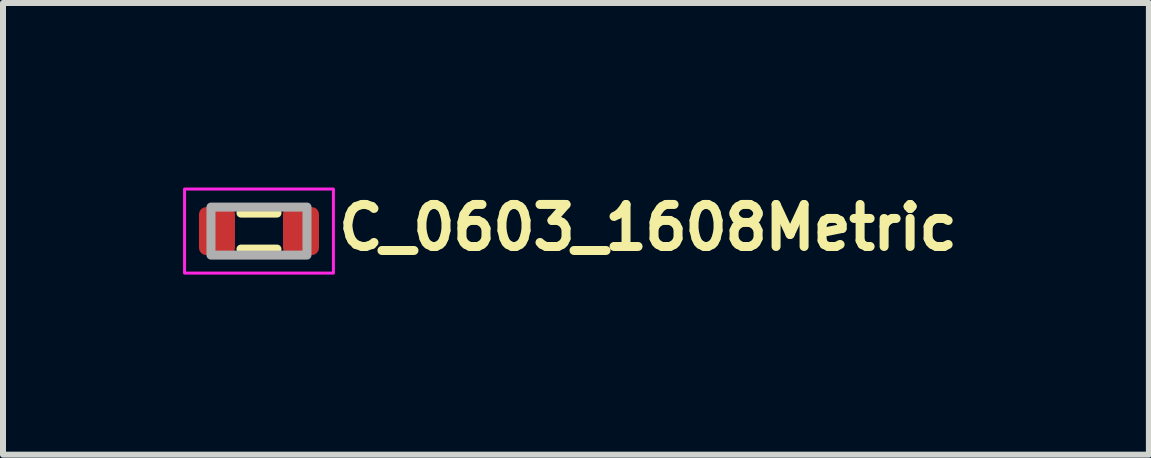
<source format=kicad_pcb>
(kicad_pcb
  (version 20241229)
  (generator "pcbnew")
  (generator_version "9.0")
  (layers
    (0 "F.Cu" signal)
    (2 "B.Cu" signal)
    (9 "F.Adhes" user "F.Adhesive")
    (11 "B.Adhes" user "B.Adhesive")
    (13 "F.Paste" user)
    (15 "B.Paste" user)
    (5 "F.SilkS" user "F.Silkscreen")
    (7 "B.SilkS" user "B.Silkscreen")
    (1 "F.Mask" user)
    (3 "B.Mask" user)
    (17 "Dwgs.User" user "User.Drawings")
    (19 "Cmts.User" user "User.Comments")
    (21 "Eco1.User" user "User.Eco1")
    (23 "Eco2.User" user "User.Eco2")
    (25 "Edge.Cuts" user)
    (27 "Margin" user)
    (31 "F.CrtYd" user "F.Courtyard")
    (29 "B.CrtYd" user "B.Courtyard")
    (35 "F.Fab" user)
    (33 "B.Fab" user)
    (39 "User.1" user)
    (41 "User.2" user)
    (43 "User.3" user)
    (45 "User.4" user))
  (footprint "C_0603_1608Metric"
    (layer "F.Cu")
    (at 1.265 0.8)
    (property "Reference" "C_0603_1608Metric" (at 1.25 0.35 180) (layer "F.SilkS") (effects (font (size 0.7 0.7) (thickness 0.15)) (justify left bottom)))
    (attr smd)
    (fp_line (start 0.3 -0.3) (end -0.3 -0.3) (stroke (width 0.15) (type solid)) (layer "F.SilkS"))
    (fp_line (start 0.3 0.3) (end -0.3 0.3) (stroke (width 0.15) (type solid)) (layer "F.SilkS"))
    (fp_rect (start 1.24 0.7) (end -1.24 -0.7) (stroke (width 0.05) (type solid)) (fill no) (layer "F.CrtYd"))
    (fp_rect (start 0.8 0.4) (end -0.8 -0.4) (stroke (width 0.15) (type solid)) (fill no) (layer "F.Fab"))
    (fp_rect (start 0.8 0.45) (end -0.8 -0.45) (stroke (width 0.1) (type solid)) (fill no) (layer "User.5"))
    (fp_line (start -0.801 -0.434) (end -0.801 -0.434) (stroke (width 0.02) (type solid)) (layer "User.9"))
    (fp_line (start -0.801 -0.434) (end -0.8 -0.435) (stroke (width 0.02) (type solid)) (layer "User.9"))
    (fp_line (start -0.801 0.432) (end -0.801 -0.434) (stroke (width 0.02) (type solid)) (layer "User.9"))
    (fp_line (start -0.801 0.432) (end -0.801 0.432) (stroke (width 0.02) (type solid)) (layer "User.9"))
    (fp_line (start -0.801 0.432) (end -0.8 0.432) (stroke (width 0.02) (type solid)) (layer "User.9"))
    (fp_line (start -0.8 -0.44) (end -0.799 -0.441) (stroke (width 0.02) (type solid)) (layer "User.9"))
    (fp_line (start -0.8 -0.439) (end -0.8 -0.44) (stroke (width 0.02) (type solid)) (layer "User.9"))
    (fp_line (start -0.8 -0.438) (end -0.8 -0.439) (stroke (width 0.02) (type solid)) (layer "User.9"))
    (fp_line (start -0.8 -0.438) (end -0.8 -0.438) (stroke (width 0.02) (type solid)) (layer "User.9"))
    (fp_line (start -0.8 -0.437) (end -0.8 -0.438) (stroke (width 0.02) (type solid)) (layer "User.9"))
    (fp_line (start -0.8 -0.436) (end -0.8 -0.437) (stroke (width 0.02) (type solid)) (layer "User.9"))
    (fp_line (start -0.8 -0.435) (end -0.8 -0.436) (stroke (width 0.02) (type solid)) (layer "User.9"))
    (fp_line (start -0.8 -0.434) (end -0.801 -0.434) (stroke (width 0.02) (type solid)) (layer "User.9"))
    (fp_line (start -0.8 -0.433) (end -0.8 -0.434) (stroke (width 0.02) (type solid)) (layer "User.9"))
    (fp_line (start -0.8 -0.432) (end -0.8 -0.433) (stroke (width 0.02) (type solid)) (layer "User.9"))
    (fp_line (start -0.8 -0.431) (end -0.8 -0.432) (stroke (width 0.02) (type solid)) (layer "User.9"))
    (fp_line (start -0.8 -0.431) (end -0.8 -0.431) (stroke (width 0.02) (type solid)) (layer "User.9"))
    (fp_line (start -0.8 -0.43) (end -0.8 -0.431) (stroke (width 0.02) (type solid)) (layer "User.9"))
    (fp_line (start -0.8 -0.429) (end -0.8 -0.43) (stroke (width 0.02) (type solid)) (layer "User.9"))
    (fp_line (start -0.8 0.427) (end -0.799 0.426) (stroke (width 0.02) (type solid)) (layer "User.9"))
    (fp_line (start -0.8 0.428) (end -0.8 0.427) (stroke (width 0.02) (type solid)) (layer "User.9"))
    (fp_line (start -0.8 0.429) (end -0.8 0.428) (stroke (width 0.02) (type solid)) (layer "User.9"))
    (fp_line (start -0.8 0.429) (end -0.8 0.429) (stroke (width 0.02) (type solid)) (layer "User.9"))
    (fp_line (start -0.8 0.43) (end -0.8 0.429) (stroke (width 0.02) (type solid)) (layer "User.9"))
    (fp_line (start -0.8 0.431) (end -0.8 0.43) (stroke (width 0.02) (type solid)) (layer "User.9"))
    (fp_line (start -0.8 0.432) (end -0.8 0.431) (stroke (width 0.02) (type solid)) (layer "User.9"))
    (fp_line (start -0.8 0.433) (end -0.801 0.432) (stroke (width 0.02) (type solid)) (layer "User.9"))
    (fp_line (start -0.8 0.434) (end -0.8 0.433) (stroke (width 0.02) (type solid)) (layer "User.9"))
    (fp_line (start -0.8 0.435) (end -0.8 0.434) (stroke (width 0.02) (type solid)) (layer "User.9"))
    (fp_line (start -0.8 0.436) (end -0.8 0.435) (stroke (width 0.02) (type solid)) (layer "User.9"))
    (fp_line (start -0.8 0.436) (end -0.8 0.436) (stroke (width 0.02) (type solid)) (layer "User.9"))
    (fp_line (start -0.8 0.437) (end -0.8 0.436) (stroke (width 0.02) (type solid)) (layer "User.9"))
    (fp_line (start -0.8 0.438) (end -0.8 0.437) (stroke (width 0.02) (type solid)) (layer "User.9"))
    (fp_line (start -0.799 -0.442) (end -0.798 -0.443) (stroke (width 0.02) (type solid)) (layer "User.9"))
    (fp_line (start -0.799 -0.441) (end -0.799 -0.442) (stroke (width 0.02) (type solid)) (layer "User.9"))
    (fp_line (start -0.799 -0.441) (end -0.799 -0.441) (stroke (width 0.02) (type solid)) (layer "User.9"))
    (fp_line (start -0.799 -0.428) (end -0.8 -0.429) (stroke (width 0.02) (type solid)) (layer "User.9"))
    (fp_line (start -0.799 -0.428) (end -0.799 -0.428) (stroke (width 0.02) (type solid)) (layer "User.9"))
    (fp_line (start -0.799 -0.427) (end -0.799 -0.428) (stroke (width 0.02) (type solid)) (layer "User.9"))
    (fp_line (start -0.799 0.425) (end -0.798 0.424) (stroke (width 0.02) (type solid)) (layer "User.9"))
    (fp_line (start -0.799 0.426) (end -0.799 0.425) (stroke (width 0.02) (type solid)) (layer "User.9"))
    (fp_line (start -0.799 0.426) (end -0.799 0.426) (stroke (width 0.02) (type solid)) (layer "User.9"))
    (fp_line (start -0.799 0.439) (end -0.8 0.438) (stroke (width 0.02) (type solid)) (layer "User.9"))
    (fp_line (start -0.799 0.439) (end -0.799 0.439) (stroke (width 0.02) (type solid)) (layer "User.9"))
    (fp_line (start -0.799 0.44) (end -0.799 0.439) (stroke (width 0.02) (type solid)) (layer "User.9"))
    (fp_line (start -0.798 -0.443) (end -0.798 -0.443) (stroke (width 0.02) (type solid)) (layer "User.9"))
    (fp_line (start -0.798 -0.443) (end -0.797 -0.444) (stroke (width 0.02) (type solid)) (layer "User.9"))
    (fp_line (start -0.798 -0.426) (end -0.799 -0.427) (stroke (width 0.02) (type solid)) (layer "User.9"))
    (fp_line (start -0.798 -0.426) (end -0.798 -0.426) (stroke (width 0.02) (type solid)) (layer "User.9"))
    (fp_line (start -0.798 0.424) (end -0.798 0.424) (stroke (width 0.02) (type solid)) (layer "User.9"))
    (fp_line (start -0.798 0.424) (end -0.797 0.423) (stroke (width 0.02) (type solid)) (layer "User.9"))
    (fp_line (start -0.798 0.441) (end -0.799 0.44) (stroke (width 0.02) (type solid)) (layer "User.9"))
    (fp_line (start -0.798 0.441) (end -0.798 0.441) (stroke (width 0.02) (type solid)) (layer "User.9"))
    (fp_line (start -0.797 -0.445) (end -0.796 -0.445) (stroke (width 0.02) (type solid)) (layer "User.9"))
    (fp_line (start -0.797 -0.444) (end -0.797 -0.445) (stroke (width 0.02) (type solid)) (layer "User.9"))
    (fp_line (start -0.797 -0.425) (end -0.798 -0.426) (stroke (width 0.02) (type solid)) (layer "User.9"))
    (fp_line (start -0.797 -0.424) (end -0.797 -0.425) (stroke (width 0.02) (type solid)) (layer "User.9"))
    (fp_line (start -0.797 0.422) (end -0.796 0.422) (stroke (width 0.02) (type solid)) (layer "User.9"))
    (fp_line (start -0.797 0.423) (end -0.797 0.422) (stroke (width 0.02) (type solid)) (layer "User.9"))
    (fp_line (start -0.797 0.442) (end -0.798 0.441) (stroke (width 0.02) (type solid)) (layer "User.9"))
    (fp_line (start -0.797 0.443) (end -0.797 0.442) (stroke (width 0.02) (type solid)) (layer "User.9"))
    (fp_line (start -0.796 -0.446) (end -0.795 -0.446) (stroke (width 0.02) (type solid)) (layer "User.9"))
    (fp_line (start -0.796 -0.445) (end -0.796 -0.446) (stroke (width 0.02) (type solid)) (layer "User.9"))
    (fp_line (start -0.796 -0.424) (end -0.797 -0.424) (stroke (width 0.02) (type solid)) (layer "User.9"))
    (fp_line (start -0.796 -0.423) (end -0.796 -0.424) (stroke (width 0.02) (type solid)) (layer "User.9"))
    (fp_line (start -0.796 0.421) (end -0.795 0.421) (stroke (width 0.02) (type solid)) (layer "User.9"))
    (fp_line (start -0.796 0.422) (end -0.796 0.421) (stroke (width 0.02) (type solid)) (layer "User.9"))
    (fp_line (start -0.796 0.443) (end -0.797 0.443) (stroke (width 0.02) (type solid)) (layer "User.9"))
    (fp_line (start -0.796 0.444) (end -0.796 0.443) (stroke (width 0.02) (type solid)) (layer "User.9"))
    (fp_line (start -0.795 -0.447) (end -0.794 -0.447) (stroke (width 0.02) (type solid)) (layer "User.9"))
    (fp_line (start -0.795 -0.446) (end -0.795 -0.447) (stroke (width 0.02) (type solid)) (layer "User.9"))
    (fp_line (start -0.795 -0.423) (end -0.796 -0.423) (stroke (width 0.02) (type solid)) (layer "User.9"))
    (fp_line (start -0.795 -0.422) (end -0.795 -0.423) (stroke (width 0.02) (type solid)) (layer "User.9"))
    (fp_line (start -0.795 0.42) (end -0.794 0.42) (stroke (width 0.02) (type solid)) (layer "User.9"))
    (fp_line (start -0.795 0.421) (end -0.795 0.42) (stroke (width 0.02) (type solid)) (layer "User.9"))
    (fp_line (start -0.795 0.444) (end -0.796 0.444) (stroke (width 0.02) (type solid)) (layer "User.9"))
    (fp_line (start -0.795 0.445) (end -0.795 0.444) (stroke (width 0.02) (type solid)) (layer "User.9"))
    (fp_line (start -0.794 -0.447) (end -0.793 -0.448) (stroke (width 0.02) (type solid)) (layer "User.9"))
    (fp_line (start -0.794 -0.422) (end -0.795 -0.422) (stroke (width 0.02) (type solid)) (layer "User.9"))
    (fp_line (start -0.794 0.42) (end -0.793 0.419) (stroke (width 0.02) (type solid)) (layer "User.9"))
    (fp_line (start -0.794 0.445) (end -0.795 0.445) (stroke (width 0.02) (type solid)) (layer "User.9"))
    (fp_line (start -0.793 -0.448) (end -0.793 -0.448) (stroke (width 0.02) (type solid)) (layer "User.9"))
    (fp_line (start -0.793 -0.448) (end -0.792 -0.45) (stroke (width 0.02) (type solid)) (layer "User.9"))
    (fp_line (start -0.793 -0.421) (end -0.794 -0.422) (stroke (width 0.02) (type solid)) (layer "User.9"))
    (fp_line (start -0.793 -0.421) (end -0.793 -0.421) (stroke (width 0.02) (type solid)) (layer "User.9"))
    (fp_line (start -0.793 0.419) (end -0.793 0.419) (stroke (width 0.02) (type solid)) (layer "User.9"))
    (fp_line (start -0.793 0.419) (end -0.792 0.418) (stroke (width 0.02) (type solid)) (layer "User.9"))
    (fp_line (start -0.793 0.446) (end -0.794 0.445) (stroke (width 0.02) (type solid)) (layer "User.9"))
    (fp_line (start -0.793 0.446) (end -0.793 0.446) (stroke (width 0.02) (type solid)) (layer "User.9"))
    (fp_line (start -0.792 -0.45) (end -0.791 -0.45) (stroke (width 0.02) (type solid)) (layer "User.9"))
    (fp_line (start -0.792 -0.42) (end -0.793 -0.421) (stroke (width 0.02) (type solid)) (layer "User.9"))
    (fp_line (start -0.792 0.418) (end -0.791 0.418) (stroke (width 0.02) (type solid)) (layer "User.9"))
    (fp_line (start -0.792 0.448) (end -0.793 0.446) (stroke (width 0.02) (type solid)) (layer "User.9"))
    (fp_line (start -0.791 -0.45) (end -0.791 -0.45) (stroke (width 0.02) (type solid)) (layer "User.9"))
    (fp_line (start -0.791 -0.45) (end -0.79 -0.451) (stroke (width 0.02) (type solid)) (layer "User.9"))
    (fp_line (start -0.791 -0.42) (end -0.792 -0.42) (stroke (width 0.02) (type solid)) (layer "User.9"))
    (fp_line (start -0.791 -0.42) (end -0.791 -0.42) (stroke (width 0.02) (type solid)) (layer "User.9"))
    (fp_line (start -0.791 0.418) (end -0.791 0.418) (stroke (width 0.02) (type solid)) (layer "User.9"))
    (fp_line (start -0.791 0.418) (end -0.79 0.417) (stroke (width 0.02) (type solid)) (layer "User.9"))
    (fp_line (start -0.791 0.448) (end -0.792 0.448) (stroke (width 0.02) (type solid)) (layer "User.9"))
    (fp_line (start -0.791 0.448) (end -0.791 0.448) (stroke (width 0.02) (type solid)) (layer "User.9"))
    (fp_line (start -0.79 -0.451) (end -0.789 -0.451) (stroke (width 0.02) (type solid)) (layer "User.9"))
    (fp_line (start -0.79 -0.419) (end -0.791 -0.42) (stroke (width 0.02) (type solid)) (layer "User.9"))
    (fp_line (start -0.79 0.417) (end -0.789 0.417) (stroke (width 0.02) (type solid)) (layer "User.9"))
    (fp_line (start -0.79 0.449) (end -0.791 0.448) (stroke (width 0.02) (type solid)) (layer "User.9"))
    (fp_line (start -0.789 -0.451) (end -0.788 -0.451) (stroke (width 0.02) (type solid)) (layer "User.9"))
    (fp_line (start -0.789 -0.419) (end -0.79 -0.419) (stroke (width 0.02) (type solid)) (layer "User.9"))
    (fp_line (start -0.789 0.417) (end -0.788 0.417) (stroke (width 0.02) (type solid)) (layer "User.9"))
    (fp_line (start -0.789 0.449) (end -0.79 0.449) (stroke (width 0.02) (type solid)) (layer "User.9"))
    (fp_line (start -0.788 -0.451) (end -0.788 -0.451) (stroke (width 0.02) (type solid)) (layer "User.9"))
    (fp_line (start -0.788 -0.451) (end -0.787 -0.451) (stroke (width 0.02) (type solid)) (layer "User.9"))
    (fp_line (start -0.788 -0.419) (end -0.789 -0.419) (stroke (width 0.02) (type solid)) (layer "User.9"))
    (fp_line (start -0.788 -0.419) (end -0.788 -0.419) (stroke (width 0.02) (type solid)) (layer "User.9"))
    (fp_line (start -0.788 0.417) (end -0.788 0.417) (stroke (width 0.02) (type solid)) (layer "User.9"))
    (fp_line (start -0.788 0.417) (end -0.787 0.417) (stroke (width 0.02) (type solid)) (layer "User.9"))
    (fp_line (start -0.788 0.449) (end -0.789 0.449) (stroke (width 0.02) (type solid)) (layer "User.9"))
    (fp_line (start -0.788 0.449) (end -0.788 0.449) (stroke (width 0.02) (type solid)) (layer "User.9"))
    (fp_line (start -0.787 -0.451) (end -0.786 -0.451) (stroke (width 0.02) (type solid)) (layer "User.9"))
    (fp_line (start -0.787 -0.419) (end -0.788 -0.419) (stroke (width 0.02) (type solid)) (layer "User.9"))
    (fp_line (start -0.787 0.417) (end -0.786 0.417) (stroke (width 0.02) (type solid)) (layer "User.9"))
    (fp_line (start -0.787 0.449) (end -0.788 0.449) (stroke (width 0.02) (type solid)) (layer "User.9"))
    (fp_line (start -0.786 -0.451) (end -0.785 -0.451) (stroke (width 0.02) (type solid)) (layer "User.9"))
    (fp_line (start -0.786 -0.419) (end -0.787 -0.419) (stroke (width 0.02) (type solid)) (layer "User.9"))
    (fp_line (start -0.786 0.417) (end -0.785 0.417) (stroke (width 0.02) (type solid)) (layer "User.9"))
    (fp_line (start -0.786 0.449) (end -0.787 0.449) (stroke (width 0.02) (type solid)) (layer "User.9"))
    (fp_line (start -0.785 -0.452) (end -0.785 -0.452) (stroke (width 0.02) (type solid)) (layer "User.9"))
    (fp_line (start -0.785 -0.452) (end -0.784 -0.451) (stroke (width 0.02) (type solid)) (layer "User.9"))
    (fp_line (start -0.785 -0.452) (end -0.451 -0.452) (stroke (width 0.02) (type solid)) (layer "User.9"))
    (fp_line (start -0.785 -0.451) (end -0.785 -0.452) (stroke (width 0.02) (type solid)) (layer "User.9"))
    (fp_line (start -0.785 -0.419) (end -0.786 -0.419) (stroke (width 0.02) (type solid)) (layer "User.9"))
    (fp_line (start -0.785 -0.418) (end -0.785 -0.419) (stroke (width 0.02) (type solid)) (layer "User.9"))
    (fp_line (start -0.785 -0.418) (end -0.785 -0.418) (stroke (width 0.02) (type solid)) (layer "User.9"))
    (fp_line (start -0.785 0.416) (end -0.785 0.416) (stroke (width 0.02) (type solid)) (layer "User.9"))
    (fp_line (start -0.785 0.416) (end -0.784 0.417) (stroke (width 0.02) (type solid)) (layer "User.9"))
    (fp_line (start -0.785 0.417) (end -0.785 0.416) (stroke (width 0.02) (type solid)) (layer "User.9"))
    (fp_line (start -0.785 0.449) (end -0.786 0.449) (stroke (width 0.02) (type solid)) (layer "User.9"))
    (fp_line (start -0.785 0.45) (end -0.785 0.449) (stroke (width 0.02) (type solid)) (layer "User.9"))
    (fp_line (start -0.785 0.45) (end -0.785 0.45) (stroke (width 0.02) (type solid)) (layer "User.9"))
    (fp_line (start -0.785 0.45) (end -0.451 0.45) (stroke (width 0.02) (type solid)) (layer "User.9"))
    (fp_line (start -0.784 -0.451) (end -0.783 -0.451) (stroke (width 0.02) (type solid)) (layer "User.9"))
    (fp_line (start -0.784 -0.419) (end -0.785 -0.418) (stroke (width 0.02) (type solid)) (layer "User.9"))
    (fp_line (start -0.784 0.417) (end -0.783 0.417) (stroke (width 0.02) (type solid)) (layer "User.9"))
    (fp_line (start -0.784 0.449) (end -0.785 0.45) (stroke (width 0.02) (type solid)) (layer "User.9"))
    (fp_line (start -0.783 -0.451) (end -0.782 -0.451) (stroke (width 0.02) (type solid)) (layer "User.9"))
    (fp_line (start -0.783 -0.419) (end -0.784 -0.419) (stroke (width 0.02) (type solid)) (layer "User.9"))
    (fp_line (start -0.783 0.417) (end -0.782 0.417) (stroke (width 0.02) (type solid)) (layer "User.9"))
    (fp_line (start -0.783 0.449) (end -0.784 0.449) (stroke (width 0.02) (type solid)) (layer "User.9"))
    (fp_line (start -0.782 -0.451) (end -0.781 -0.451) (stroke (width 0.02) (type solid)) (layer "User.9"))
    (fp_line (start -0.782 -0.419) (end -0.783 -0.419) (stroke (width 0.02) (type solid)) (layer "User.9"))
    (fp_line (start -0.782 0.417) (end -0.781 0.417) (stroke (width 0.02) (type solid)) (layer "User.9"))
    (fp_line (start -0.782 0.449) (end -0.783 0.449) (stroke (width 0.02) (type solid)) (layer "User.9"))
    (fp_line (start -0.781 -0.451) (end -0.781 -0.451) (stroke (width 0.02) (type solid)) (layer "User.9"))
    (fp_line (start -0.781 -0.451) (end -0.78 -0.451) (stroke (width 0.02) (type solid)) (layer "User.9"))
    (fp_line (start -0.781 -0.419) (end -0.782 -0.419) (stroke (width 0.02) (type solid)) (layer "User.9"))
    (fp_line (start -0.781 -0.419) (end -0.781 -0.419) (stroke (width 0.02) (type solid)) (layer "User.9"))
    (fp_line (start -0.781 0.417) (end -0.781 0.417) (stroke (width 0.02) (type solid)) (layer "User.9"))
    (fp_line (start -0.781 0.417) (end -0.78 0.417) (stroke (width 0.02) (type solid)) (layer "User.9"))
    (fp_line (start -0.781 0.449) (end -0.782 0.449) (stroke (width 0.02) (type solid)) (layer "User.9"))
    (fp_line (start -0.781 0.449) (end -0.781 0.449) (stroke (width 0.02) (type solid)) (layer "User.9"))
    (fp_line (start -0.78 -0.451) (end -0.779 -0.451) (stroke (width 0.02) (type solid)) (layer "User.9"))
    (fp_line (start -0.78 -0.419) (end -0.781 -0.419) (stroke (width 0.02) (type solid)) (layer "User.9"))
    (fp_line (start -0.78 0.417) (end -0.779 0.417) (stroke (width 0.02) (type solid)) (layer "User.9"))
    (fp_line (start -0.78 0.449) (end -0.781 0.449) (stroke (width 0.02) (type solid)) (layer "User.9"))
    (fp_line (start -0.779 -0.451) (end -0.778 -0.45) (stroke (width 0.02) (type solid)) (layer "User.9"))
    (fp_line (start -0.779 -0.419) (end -0.78 -0.419) (stroke (width 0.02) (type solid)) (layer "User.9"))
    (fp_line (start -0.779 0.417) (end -0.778 0.418) (stroke (width 0.02) (type solid)) (layer "User.9"))
    (fp_line (start -0.779 0.449) (end -0.78 0.449) (stroke (width 0.02) (type solid)) (layer "User.9"))
    (fp_line (start -0.778 -0.45) (end -0.778 -0.45) (stroke (width 0.02) (type solid)) (layer "User.9"))
    (fp_line (start -0.778 -0.45) (end -0.777 -0.45) (stroke (width 0.02) (type solid)) (layer "User.9"))
    (fp_line (start -0.778 -0.42) (end -0.779 -0.419) (stroke (width 0.02) (type solid)) (layer "User.9"))
    (fp_line (start -0.778 -0.42) (end -0.778 -0.42) (stroke (width 0.02) (type solid)) (layer "User.9"))
    (fp_line (start -0.778 0.418) (end -0.778 0.418) (stroke (width 0.02) (type solid)) (layer "User.9"))
    (fp_line (start -0.778 0.418) (end -0.777 0.418) (stroke (width 0.02) (type solid)) (layer "User.9"))
    (fp_line (start -0.778 0.448) (end -0.779 0.449) (stroke (width 0.02) (type solid)) (layer "User.9"))
    (fp_line (start -0.778 0.448) (end -0.778 0.448) (stroke (width 0.02) (type solid)) (layer "User.9"))
    (fp_line (start -0.777 -0.45) (end -0.776 -0.448) (stroke (width 0.02) (type solid)) (layer "User.9"))
    (fp_line (start -0.777 -0.42) (end -0.778 -0.42) (stroke (width 0.02) (type solid)) (layer "User.9"))
    (fp_line (start -0.777 0.418) (end -0.776 0.419) (stroke (width 0.02) (type solid)) (layer "User.9"))
    (fp_line (start -0.777 0.448) (end -0.778 0.448) (stroke (width 0.02) (type solid)) (layer "User.9"))
    (fp_line (start -0.776 -0.448) (end -0.776 -0.448) (stroke (width 0.02) (type solid)) (layer "User.9"))
    (fp_line (start -0.776 -0.448) (end -0.775 -0.447) (stroke (width 0.02) (type solid)) (layer "User.9"))
    (fp_line (start -0.776 -0.421) (end -0.777 -0.42) (stroke (width 0.02) (type solid)) (layer "User.9"))
    (fp_line (start -0.776 -0.421) (end -0.776 -0.421) (stroke (width 0.02) (type solid)) (layer "User.9"))
    (fp_line (start -0.776 0.419) (end -0.776 0.419) (stroke (width 0.02) (type solid)) (layer "User.9"))
    (fp_line (start -0.776 0.419) (end -0.775 0.42) (stroke (width 0.02) (type solid)) (layer "User.9"))
    (fp_line (start -0.776 0.446) (end -0.777 0.448) (stroke (width 0.02) (type solid)) (layer "User.9"))
    (fp_line (start -0.776 0.446) (end -0.776 0.446) (stroke (width 0.02) (type solid)) (layer "User.9"))
    (fp_line (start -0.775 -0.447) (end -0.774 -0.447) (stroke (width 0.02) (type solid)) (layer "User.9"))
    (fp_line (start -0.775 -0.422) (end -0.776 -0.421) (stroke (width 0.02) (type solid)) (layer "User.9"))
    (fp_line (start -0.775 0.42) (end -0.774 0.42) (stroke (width 0.02) (type solid)) (layer "User.9"))
    (fp_line (start -0.775 0.445) (end -0.776 0.446) (stroke (width 0.02) (type solid)) (layer "User.9"))
    (fp_line (start -0.774 -0.447) (end -0.774 -0.446) (stroke (width 0.02) (type solid)) (layer "User.9"))
    (fp_line (start -0.774 -0.446) (end -0.773 -0.446) (stroke (width 0.02) (type solid)) (layer "User.9"))
    (fp_line (start -0.774 -0.423) (end -0.774 -0.422) (stroke (width 0.02) (type solid)) (layer "User.9"))
    (fp_line (start -0.774 -0.422) (end -0.775 -0.422) (stroke (width 0.02) (type solid)) (layer "User.9"))
    (fp_line (start -0.774 0.42) (end -0.774 0.421) (stroke (width 0.02) (type solid)) (layer "User.9"))
    (fp_line (start -0.774 0.421) (end -0.773 0.421) (stroke (width 0.02) (type solid)) (layer "User.9"))
    (fp_line (start -0.774 0.444) (end -0.774 0.445) (stroke (width 0.02) (type solid)) (layer "User.9"))
    (fp_line (start -0.774 0.445) (end -0.775 0.445) (stroke (width 0.02) (type solid)) (layer "User.9"))
    (fp_line (start -0.773 -0.446) (end -0.773 -0.445) (stroke (width 0.02) (type solid)) (layer "User.9"))
    (fp_line (start -0.773 -0.445) (end -0.772 -0.445) (stroke (width 0.02) (type solid)) (layer "User.9"))
    (fp_line (start -0.773 -0.424) (end -0.773 -0.423) (stroke (width 0.02) (type solid)) (layer "User.9"))
    (fp_line (start -0.773 -0.423) (end -0.774 -0.423) (stroke (width 0.02) (type solid)) (layer "User.9"))
    (fp_line (start -0.773 0.421) (end -0.773 0.422) (stroke (width 0.02) (type solid)) (layer "User.9"))
    (fp_line (start -0.773 0.422) (end -0.772 0.422) (stroke (width 0.02) (type solid)) (layer "User.9"))
    (fp_line (start -0.773 0.443) (end -0.773 0.444) (stroke (width 0.02) (type solid)) (layer "User.9"))
    (fp_line (start -0.773 0.444) (end -0.774 0.444) (stroke (width 0.02) (type solid)) (layer "User.9"))
    (fp_line (start -0.772 -0.445) (end -0.772 -0.444) (stroke (width 0.02) (type solid)) (layer "User.9"))
    (fp_line (start -0.772 -0.444) (end -0.771 -0.443) (stroke (width 0.02) (type solid)) (layer "User.9"))
    (fp_line (start -0.772 -0.425) (end -0.772 -0.424) (stroke (width 0.02) (type solid)) (layer "User.9"))
    (fp_line (start -0.772 -0.424) (end -0.773 -0.424) (stroke (width 0.02) (type solid)) (layer "User.9"))
    (fp_line (start -0.772 0.422) (end -0.772 0.423) (stroke (width 0.02) (type solid)) (layer "User.9"))
    (fp_line (start -0.772 0.423) (end -0.771 0.424) (stroke (width 0.02) (type solid)) (layer "User.9"))
    (fp_line (start -0.772 0.442) (end -0.772 0.443) (stroke (width 0.02) (type solid)) (layer "User.9"))
    (fp_line (start -0.772 0.443) (end -0.773 0.443) (stroke (width 0.02) (type solid)) (layer "User.9"))
    (fp_line (start -0.771 -0.443) (end -0.771 -0.443) (stroke (width 0.02) (type solid)) (layer "User.9"))
    (fp_line (start -0.771 -0.443) (end -0.77 -0.442) (stroke (width 0.02) (type solid)) (layer "User.9"))
    (fp_line (start -0.771 -0.426) (end -0.772 -0.425) (stroke (width 0.02) (type solid)) (layer "User.9"))
    (fp_line (start -0.771 -0.426) (end -0.771 -0.426) (stroke (width 0.02) (type solid)) (layer "User.9"))
    (fp_line (start -0.771 0.424) (end -0.771 0.424) (stroke (width 0.02) (type solid)) (layer "User.9"))
    (fp_line (start -0.771 0.424) (end -0.77 0.425) (stroke (width 0.02) (type solid)) (layer "User.9"))
    (fp_line (start -0.771 0.441) (end -0.772 0.442) (stroke (width 0.02) (type solid)) (layer "User.9"))
    (fp_line (start -0.771 0.441) (end -0.771 0.441) (stroke (width 0.02) (type solid)) (layer "User.9"))
    (fp_line (start -0.77 -0.442) (end -0.77 -0.441) (stroke (width 0.02) (type solid)) (layer "User.9"))
    (fp_line (start -0.77 -0.441) (end -0.77 -0.441) (stroke (width 0.02) (type solid)) (layer "User.9"))
    (fp_line (start -0.77 -0.441) (end -0.769 -0.44) (stroke (width 0.02) (type solid)) (layer "User.9"))
    (fp_line (start -0.77 -0.428) (end -0.77 -0.428) (stroke (width 0.02) (type solid)) (layer "User.9"))
    (fp_line (start -0.77 -0.428) (end -0.77 -0.427) (stroke (width 0.02) (type solid)) (layer "User.9"))
    (fp_line (start -0.77 -0.427) (end -0.771 -0.426) (stroke (width 0.02) (type solid)) (layer "User.9"))
    (fp_line (start -0.77 0.425) (end -0.77 0.426) (stroke (width 0.02) (type solid)) (layer "User.9"))
    (fp_line (start -0.77 0.426) (end -0.77 0.426) (stroke (width 0.02) (type solid)) (layer "User.9"))
    (fp_line (start -0.77 0.426) (end -0.769 0.427) (stroke (width 0.02) (type solid)) (layer "User.9"))
    (fp_line (start -0.77 0.439) (end -0.77 0.439) (stroke (width 0.02) (type solid)) (layer "User.9"))
    (fp_line (start -0.77 0.439) (end -0.77 0.44) (stroke (width 0.02) (type solid)) (layer "User.9"))
    (fp_line (start -0.77 0.44) (end -0.771 0.441) (stroke (width 0.02) (type solid)) (layer "User.9"))
    (fp_line (start -0.769 -0.44) (end -0.769 -0.439) (stroke (width 0.02) (type solid)) (layer "User.9"))
    (fp_line (start -0.769 -0.439) (end -0.769 -0.438) (stroke (width 0.02) (type solid)) (layer "User.9"))
    (fp_line (start -0.769 -0.438) (end -0.769 -0.438) (stroke (width 0.02) (type solid)) (layer "User.9"))
    (fp_line (start -0.769 -0.438) (end -0.769 -0.437) (stroke (width 0.02) (type solid)) (layer "User.9"))
    (fp_line (start -0.769 -0.437) (end -0.769 -0.436) (stroke (width 0.02) (type solid)) (layer "User.9"))
    (fp_line (start -0.769 -0.436) (end -0.769 -0.435) (stroke (width 0.02) (type solid)) (layer "User.9"))
    (fp_line (start -0.769 -0.435) (end -0.767 -0.434) (stroke (width 0.02) (type solid)) (layer "User.9"))
    (fp_line (start -0.769 -0.434) (end -0.769 -0.433) (stroke (width 0.02) (type solid)) (layer "User.9"))
    (fp_line (start -0.769 -0.433) (end -0.769 -0.432) (stroke (width 0.02) (type solid)) (layer "User.9"))
    (fp_line (start -0.769 -0.432) (end -0.769 -0.431) (stroke (width 0.02) (type solid)) (layer "User.9"))
    (fp_line (start -0.769 -0.431) (end -0.769 -0.431) (stroke (width 0.02) (type solid)) (layer "User.9"))
    (fp_line (start -0.769 -0.431) (end -0.769 -0.43) (stroke (width 0.02) (type solid)) (layer "User.9"))
    (fp_line (start -0.769 -0.43) (end -0.769 -0.429) (stroke (width 0.02) (type solid)) (layer "User.9"))
    (fp_line (start -0.769 -0.429) (end -0.77 -0.428) (stroke (width 0.02) (type solid)) (layer "User.9"))
    (fp_line (start -0.769 0.427) (end -0.769 0.428) (stroke (width 0.02) (type solid)) (layer "User.9"))
    (fp_line (start -0.769 0.428) (end -0.769 0.429) (stroke (width 0.02) (type solid)) (layer "User.9"))
    (fp_line (start -0.769 0.429) (end -0.769 0.429) (stroke (width 0.02) (type solid)) (layer "User.9"))
    (fp_line (start -0.769 0.429) (end -0.769 0.43) (stroke (width 0.02) (type solid)) (layer "User.9"))
    (fp_line (start -0.769 0.43) (end -0.769 0.431) (stroke (width 0.02) (type solid)) (layer "User.9"))
    (fp_line (start -0.769 0.431) (end -0.769 0.432) (stroke (width 0.02) (type solid)) (layer "User.9"))
    (fp_line (start -0.769 0.432) (end -0.767 0.432) (stroke (width 0.02) (type solid)) (layer "User.9"))
    (fp_line (start -0.769 0.433) (end -0.769 0.434) (stroke (width 0.02) (type solid)) (layer "User.9"))
    (fp_line (start -0.769 0.434) (end -0.769 0.435) (stroke (width 0.02) (type solid)) (layer "User.9"))
    (fp_line (start -0.769 0.435) (end -0.769 0.436) (stroke (width 0.02) (type solid)) (layer "User.9"))
    (fp_line (start -0.769 0.436) (end -0.769 0.436) (stroke (width 0.02) (type solid)) (layer "User.9"))
    (fp_line (start -0.769 0.436) (end -0.769 0.437) (stroke (width 0.02) (type solid)) (layer "User.9"))
    (fp_line (start -0.769 0.437) (end -0.769 0.438) (stroke (width 0.02) (type solid)) (layer "User.9"))
    (fp_line (start -0.769 0.438) (end -0.77 0.439) (stroke (width 0.02) (type solid)) (layer "User.9"))
    (fp_line (start -0.767 -0.434) (end -0.769 -0.434) (stroke (width 0.02) (type solid)) (layer "User.9"))
    (fp_line (start -0.767 -0.434) (end -0.767 -0.434) (stroke (width 0.02) (type solid)) (layer "User.9"))
    (fp_line (start -0.767 -0.434) (end -0.767 -0.434) (stroke (width 0.02) (type solid)) (layer "User.9"))
    (fp_line (start -0.767 0.432) (end -0.769 0.433) (stroke (width 0.02) (type solid)) (layer "User.9"))
    (fp_line (start -0.767 0.432) (end -0.767 0.432) (stroke (width 0.02) (type solid)) (layer "User.9"))
    (fp_line (start -0.767 0.432) (end -0.767 0.432) (stroke (width 0.02) (type solid)) (layer "User.9"))
    (fp_line (start -0.451 -0.446) (end 0.451 -0.446) (stroke (width 0.02) (type solid)) (layer "User.9"))
    (fp_line (start -0.451 -0.434) (end -0.451 -0.452) (stroke (width 0.02) (type solid)) (layer "User.9"))
    (fp_line (start -0.451 0.432) (end -0.451 -0.434) (stroke (width 0.02) (type solid)) (layer "User.9"))
    (fp_line (start -0.451 0.45) (end -0.451 0.432) (stroke (width 0.02) (type solid)) (layer "User.9"))
    (fp_line (start 0.451 -0.452) (end 0.451 -0.434) (stroke (width 0.02) (type solid)) (layer "User.9"))
    (fp_line (start 0.451 -0.434) (end 0.451 0.432) (stroke (width 0.02) (type solid)) (layer "User.9"))
    (fp_line (start 0.451 0.432) (end 0.451 0.45) (stroke (width 0.02) (type solid)) (layer "User.9"))
    (fp_line (start 0.451 0.443) (end -0.451 0.443) (stroke (width 0.02) (type solid)) (layer "User.9"))
    (fp_line (start 0.769 -0.44) (end 0.77 -0.441) (stroke (width 0.02) (type solid)) (layer "User.9"))
    (fp_line (start 0.769 -0.439) (end 0.769 -0.44) (stroke (width 0.02) (type solid)) (layer "User.9"))
    (fp_line (start 0.769 -0.438) (end 0.769 -0.439) (stroke (width 0.02) (type solid)) (layer "User.9"))
    (fp_line (start 0.769 -0.438) (end 0.769 -0.438) (stroke (width 0.02) (type solid)) (layer "User.9"))
    (fp_line (start 0.769 -0.437) (end 0.769 -0.438) (stroke (width 0.02) (type solid)) (layer "User.9"))
    (fp_line (start 0.769 -0.436) (end 0.769 -0.437) (stroke (width 0.02) (type solid)) (layer "User.9"))
    (fp_line (start 0.769 -0.435) (end 0.769 -0.436) (stroke (width 0.02) (type solid)) (layer "User.9"))
    (fp_line (start 0.769 -0.434) (end 0.769 -0.435) (stroke (width 0.02) (type solid)) (layer "User.9"))
    (fp_line (start 0.769 -0.434) (end 0.769 -0.434) (stroke (width 0.02) (type solid)) (layer "User.9"))
    (fp_line (start 0.769 -0.434) (end 0.769 -0.434) (stroke (width 0.02) (type solid)) (layer "User.9"))
    (fp_line (start 0.769 -0.433) (end 0.769 -0.434) (stroke (width 0.02) (type solid)) (layer "User.9"))
    (fp_line (start 0.769 -0.432) (end 0.769 -0.433) (stroke (width 0.02) (type solid)) (layer "User.9"))
    (fp_line (start 0.769 -0.431) (end 0.769 -0.432) (stroke (width 0.02) (type solid)) (layer "User.9"))
    (fp_line (start 0.769 -0.431) (end 0.769 -0.431) (stroke (width 0.02) (type solid)) (layer "User.9"))
    (fp_line (start 0.769 -0.43) (end 0.769 -0.431) (stroke (width 0.02) (type solid)) (layer "User.9"))
    (fp_line (start 0.769 -0.429) (end 0.769 -0.43) (stroke (width 0.02) (type solid)) (layer "User.9"))
    (fp_line (start 0.769 0.427) (end 0.77 0.426) (stroke (width 0.02) (type solid)) (layer "User.9"))
    (fp_line (start 0.769 0.428) (end 0.769 0.427) (stroke (width 0.02) (type solid)) (layer "User.9"))
    (fp_line (start 0.769 0.429) (end 0.769 0.428) (stroke (width 0.02) (type solid)) (layer "User.9"))
    (fp_line (start 0.769 0.429) (end 0.769 0.429) (stroke (width 0.02) (type solid)) (layer "User.9"))
    (fp_line (start 0.769 0.43) (end 0.769 0.429) (stroke (width 0.02) (type solid)) (layer "User.9"))
    (fp_line (start 0.769 0.431) (end 0.769 0.43) (stroke (width 0.02) (type solid)) (layer "User.9"))
    (fp_line (start 0.769 0.432) (end 0.769 0.431) (stroke (width 0.02) (type solid)) (layer "User.9"))
    (fp_line (start 0.769 0.432) (end 0.769 0.432) (stroke (width 0.02) (type solid)) (layer "User.9"))
    (fp_line (start 0.769 0.432) (end 0.769 0.432) (stroke (width 0.02) (type solid)) (layer "User.9"))
    (fp_line (start 0.769 0.433) (end 0.769 0.432) (stroke (width 0.02) (type solid)) (layer "User.9"))
    (fp_line (start 0.769 0.434) (end 0.769 0.433) (stroke (width 0.02) (type solid)) (layer "User.9"))
    (fp_line (start 0.769 0.435) (end 0.769 0.434) (stroke (width 0.02) (type solid)) (layer "User.9"))
    (fp_line (start 0.769 0.436) (end 0.769 0.435) (stroke (width 0.02) (type solid)) (layer "User.9"))
    (fp_line (start 0.769 0.436) (end 0.769 0.436) (stroke (width 0.02) (type solid)) (layer "User.9"))
    (fp_line (start 0.769 0.437) (end 0.769 0.436) (stroke (width 0.02) (type solid)) (layer "User.9"))
    (fp_line (start 0.769 0.438) (end 0.769 0.437) (stroke (width 0.02) (type solid)) (layer "User.9"))
    (fp_line (start 0.77 -0.442) (end 0.771 -0.443) (stroke (width 0.02) (type solid)) (layer "User.9"))
    (fp_line (start 0.77 -0.441) (end 0.77 -0.442) (stroke (width 0.02) (type solid)) (layer "User.9"))
    (fp_line (start 0.77 -0.441) (end 0.77 -0.441) (stroke (width 0.02) (type solid)) (layer "User.9"))
    (fp_line (start 0.77 -0.428) (end 0.769 -0.429) (stroke (width 0.02) (type solid)) (layer "User.9"))
    (fp_line (start 0.77 -0.428) (end 0.77 -0.428) (stroke (width 0.02) (type solid)) (layer "User.9"))
    (fp_line (start 0.77 -0.427) (end 0.77 -0.428) (stroke (width 0.02) (type solid)) (layer "User.9"))
    (fp_line (start 0.77 0.425) (end 0.771 0.424) (stroke (width 0.02) (type solid)) (layer "User.9"))
    (fp_line (start 0.77 0.426) (end 0.77 0.425) (stroke (width 0.02) (type solid)) (layer "User.9"))
    (fp_line (start 0.77 0.426) (end 0.77 0.426) (stroke (width 0.02) (type solid)) (layer "User.9"))
    (fp_line (start 0.77 0.439) (end 0.769 0.438) (stroke (width 0.02) (type solid)) (layer "User.9"))
    (fp_line (start 0.77 0.439) (end 0.77 0.439) (stroke (width 0.02) (type solid)) (layer "User.9"))
    (fp_line (start 0.77 0.44) (end 0.77 0.439) (stroke (width 0.02) (type solid)) (layer "User.9"))
    (fp_line (start 0.771 -0.443) (end 0.771 -0.443) (stroke (width 0.02) (type solid)) (layer "User.9"))
    (fp_line (start 0.771 -0.443) (end 0.772 -0.444) (stroke (width 0.02) (type solid)) (layer "User.9"))
    (fp_line (start 0.771 -0.426) (end 0.77 -0.427) (stroke (width 0.02) (type solid)) (layer "User.9"))
    (fp_line (start 0.771 -0.426) (end 0.771 -0.426) (stroke (width 0.02) (type solid)) (layer "User.9"))
    (fp_line (start 0.771 0.424) (end 0.771 0.424) (stroke (width 0.02) (type solid)) (layer "User.9"))
    (fp_line (start 0.771 0.424) (end 0.772 0.423) (stroke (width 0.02) (type solid)) (layer "User.9"))
    (fp_line (start 0.771 0.441) (end 0.77 0.44) (stroke (width 0.02) (type solid)) (layer "User.9"))
    (fp_line (start 0.771 0.441) (end 0.771 0.441) (stroke (width 0.02) (type solid)) (layer "User.9"))
    (fp_line (start 0.772 -0.445) (end 0.773 -0.445) (stroke (width 0.02) (type solid)) (layer "User.9"))
    (fp_line (start 0.772 -0.444) (end 0.772 -0.445) (stroke (width 0.02) (type solid)) (layer "User.9"))
    (fp_line (start 0.772 -0.425) (end 0.771 -0.426) (stroke (width 0.02) (type solid)) (layer "User.9"))
    (fp_line (start 0.772 -0.424) (end 0.772 -0.425) (stroke (width 0.02) (type solid)) (layer "User.9"))
    (fp_line (start 0.772 0.422) (end 0.773 0.422) (stroke (width 0.02) (type solid)) (layer "User.9"))
    (fp_line (start 0.772 0.423) (end 0.772 0.422) (stroke (width 0.02) (type solid)) (layer "User.9"))
    (fp_line (start 0.772 0.442) (end 0.771 0.441) (stroke (width 0.02) (type solid)) (layer "User.9"))
    (fp_line (start 0.772 0.443) (end 0.772 0.442) (stroke (width 0.02) (type solid)) (layer "User.9"))
    (fp_line (start 0.773 -0.446) (end 0.774 -0.446) (stroke (width 0.02) (type solid)) (layer "User.9"))
    (fp_line (start 0.773 -0.445) (end 0.773 -0.446) (stroke (width 0.02) (type solid)) (layer "User.9"))
    (fp_line (start 0.773 -0.424) (end 0.772 -0.424) (stroke (width 0.02) (type solid)) (layer "User.9"))
    (fp_line (start 0.773 -0.423) (end 0.773 -0.424) (stroke (width 0.02) (type solid)) (layer "User.9"))
    (fp_line (start 0.773 0.421) (end 0.774 0.421) (stroke (width 0.02) (type solid)) (layer "User.9"))
    (fp_line (start 0.773 0.422) (end 0.773 0.421) (stroke (width 0.02) (type solid)) (layer "User.9"))
    (fp_line (start 0.773 0.443) (end 0.772 0.443) (stroke (width 0.02) (type solid)) (layer "User.9"))
    (fp_line (start 0.773 0.444) (end 0.773 0.443) (stroke (width 0.02) (type solid)) (layer "User.9"))
    (fp_line (start 0.774 -0.447) (end 0.775 -0.447) (stroke (width 0.02) (type solid)) (layer "User.9"))
    (fp_line (start 0.774 -0.446) (end 0.774 -0.447) (stroke (width 0.02) (type solid)) (layer "User.9"))
    (fp_line (start 0.774 -0.423) (end 0.773 -0.423) (stroke (width 0.02) (type solid)) (layer "User.9"))
    (fp_line (start 0.774 -0.422) (end 0.774 -0.423) (stroke (width 0.02) (type solid)) (layer "User.9"))
    (fp_line (start 0.774 0.42) (end 0.775 0.42) (stroke (width 0.02) (type solid)) (layer "User.9"))
    (fp_line (start 0.774 0.421) (end 0.774 0.42) (stroke (width 0.02) (type solid)) (layer "User.9"))
    (fp_line (start 0.774 0.444) (end 0.773 0.444) (stroke (width 0.02) (type solid)) (layer "User.9"))
    (fp_line (start 0.774 0.445) (end 0.774 0.444) (stroke (width 0.02) (type solid)) (layer "User.9"))
    (fp_line (start 0.775 -0.447) (end 0.776 -0.448) (stroke (width 0.02) (type solid)) (layer "User.9"))
    (fp_line (start 0.775 -0.422) (end 0.774 -0.422) (stroke (width 0.02) (type solid)) (layer "User.9"))
    (fp_line (start 0.775 0.42) (end 0.776 0.419) (stroke (width 0.02) (type solid)) (layer "User.9"))
    (fp_line (start 0.775 0.445) (end 0.774 0.445) (stroke (width 0.02) (type solid)) (layer "User.9"))
    (fp_line (start 0.776 -0.448) (end 0.776 -0.448) (stroke (width 0.02) (type solid)) (layer "User.9"))
    (fp_line (start 0.776 -0.448) (end 0.777 -0.45) (stroke (width 0.02) (type solid)) (layer "User.9"))
    (fp_line (start 0.776 -0.421) (end 0.775 -0.422) (stroke (width 0.02) (type solid)) (layer "User.9"))
    (fp_line (start 0.776 -0.421) (end 0.776 -0.421) (stroke (width 0.02) (type solid)) (layer "User.9"))
    (fp_line (start 0.776 0.419) (end 0.776 0.419) (stroke (width 0.02) (type solid)) (layer "User.9"))
    (fp_line (start 0.776 0.419) (end 0.777 0.418) (stroke (width 0.02) (type solid)) (layer "User.9"))
    (fp_line (start 0.776 0.446) (end 0.775 0.445) (stroke (width 0.02) (type solid)) (layer "User.9"))
    (fp_line (start 0.776 0.446) (end 0.776 0.446) (stroke (width 0.02) (type solid)) (layer "User.9"))
    (fp_line (start 0.777 -0.45) (end 0.778 -0.45) (stroke (width 0.02) (type solid)) (layer "User.9"))
    (fp_line (start 0.777 -0.42) (end 0.776 -0.421) (stroke (width 0.02) (type solid)) (layer "User.9"))
    (fp_line (start 0.777 0.418) (end 0.778 0.418) (stroke (width 0.02) (type solid)) (layer "User.9"))
    (fp_line (start 0.777 0.448) (end 0.776 0.446) (stroke (width 0.02) (type solid)) (layer "User.9"))
    (fp_line (start 0.778 -0.45) (end 0.778 -0.45) (stroke (width 0.02) (type solid)) (layer "User.9"))
    (fp_line (start 0.778 -0.45) (end 0.779 -0.451) (stroke (width 0.02) (type solid)) (layer "User.9"))
    (fp_line (start 0.778 -0.42) (end 0.777 -0.42) (stroke (width 0.02) (type solid)) (layer "User.9"))
    (fp_line (start 0.778 -0.42) (end 0.778 -0.42) (stroke (width 0.02) (type solid)) (layer "User.9"))
    (fp_line (start 0.778 0.418) (end 0.778 0.418) (stroke (width 0.02) (type solid)) (layer "User.9"))
    (fp_line (start 0.778 0.418) (end 0.779 0.417) (stroke (width 0.02) (type solid)) (layer "User.9"))
    (fp_line (start 0.778 0.448) (end 0.777 0.448) (stroke (width 0.02) (type solid)) (layer "User.9"))
    (fp_line (start 0.778 0.448) (end 0.778 0.448) (stroke (width 0.02) (type solid)) (layer "User.9"))
    (fp_line (start 0.779 -0.451) (end 0.78 -0.451) (stroke (width 0.02) (type solid)) (layer "User.9"))
    (fp_line (start 0.779 -0.419) (end 0.778 -0.42) (stroke (width 0.02) (type solid)) (layer "User.9"))
    (fp_line (start 0.779 0.417) (end 0.78 0.417) (stroke (width 0.02) (type solid)) (layer "User.9"))
    (fp_line (start 0.779 0.449) (end 0.778 0.448) (stroke (width 0.02) (type solid)) (layer "User.9"))
    (fp_line (start 0.78 -0.451) (end 0.781 -0.451) (stroke (width 0.02) (type solid)) (layer "User.9"))
    (fp_line (start 0.78 -0.419) (end 0.779 -0.419) (stroke (width 0.02) (type solid)) (layer "User.9"))
    (fp_line (start 0.78 0.417) (end 0.781 0.417) (stroke (width 0.02) (type solid)) (layer "User.9"))
    (fp_line (start 0.78 0.449) (end 0.779 0.449) (stroke (width 0.02) (type solid)) (layer "User.9"))
    (fp_line (start 0.781 -0.451) (end 0.781 -0.451) (stroke (width 0.02) (type solid)) (layer "User.9"))
    (fp_line (start 0.781 -0.451) (end 0.782 -0.451) (stroke (width 0.02) (type solid)) (layer "User.9"))
    (fp_line (start 0.781 -0.419) (end 0.78 -0.419) (stroke (width 0.02) (type solid)) (layer "User.9"))
    (fp_line (start 0.781 -0.419) (end 0.781 -0.419) (stroke (width 0.02) (type solid)) (layer "User.9"))
    (fp_line (start 0.781 0.417) (end 0.781 0.417) (stroke (width 0.02) (type solid)) (layer "User.9"))
    (fp_line (start 0.781 0.417) (end 0.782 0.417) (stroke (width 0.02) (type solid)) (layer "User.9"))
    (fp_line (start 0.781 0.449) (end 0.78 0.449) (stroke (width 0.02) (type solid)) (layer "User.9"))
    (fp_line (start 0.781 0.449) (end 0.781 0.449) (stroke (width 0.02) (type solid)) (layer "User.9"))
    (fp_line (start 0.782 -0.451) (end 0.783 -0.451) (stroke (width 0.02) (type solid)) (layer "User.9"))
    (fp_line (start 0.782 -0.419) (end 0.781 -0.419) (stroke (width 0.02) (type solid)) (layer "User.9"))
    (fp_line (start 0.782 0.417) (end 0.783 0.417) (stroke (width 0.02) (type solid)) (layer "User.9"))
    (fp_line (start 0.782 0.449) (end 0.781 0.449) (stroke (width 0.02) (type solid)) (layer "User.9"))
    (fp_line (start 0.783 -0.451) (end 0.784 -0.451) (stroke (width 0.02) (type solid)) (layer "User.9"))
    (fp_line (start 0.783 -0.419) (end 0.782 -0.419) (stroke (width 0.02) (type solid)) (layer "User.9"))
    (fp_line (start 0.783 0.417) (end 0.784 0.417) (stroke (width 0.02) (type solid)) (layer "User.9"))
    (fp_line (start 0.783 0.449) (end 0.782 0.449) (stroke (width 0.02) (type solid)) (layer "User.9"))
    (fp_line (start 0.784 -0.451) (end 0.785 -0.452) (stroke (width 0.02) (type solid)) (layer "User.9"))
    (fp_line (start 0.784 -0.419) (end 0.783 -0.419) (stroke (width 0.02) (type solid)) (layer "User.9"))
    (fp_line (start 0.784 0.417) (end 0.785 0.416) (stroke (width 0.02) (type solid)) (layer "User.9"))
    (fp_line (start 0.784 0.449) (end 0.783 0.449) (stroke (width 0.02) (type solid)) (layer "User.9"))
    (fp_line (start 0.785 -0.452) (end 0.451 -0.452) (stroke (width 0.02) (type solid)) (layer "User.9"))
    (fp_line (start 0.785 -0.452) (end 0.785 -0.452) (stroke (width 0.02) (type solid)) (layer "User.9"))
    (fp_line (start 0.785 -0.452) (end 0.785 -0.451) (stroke (width 0.02) (type solid)) (layer "User.9"))
    (fp_line (start 0.785 -0.451) (end 0.786 -0.451) (stroke (width 0.02) (type solid)) (layer "User.9"))
    (fp_line (start 0.785 -0.419) (end 0.785 -0.418) (stroke (width 0.02) (type solid)) (layer "User.9"))
    (fp_line (start 0.785 -0.418) (end 0.784 -0.419) (stroke (width 0.02) (type solid)) (layer "User.9"))
    (fp_line (start 0.785 -0.418) (end 0.785 -0.418) (stroke (width 0.02) (type solid)) (layer "User.9"))
    (fp_line (start 0.785 0.416) (end 0.785 0.416) (stroke (width 0.02) (type solid)) (layer "User.9"))
    (fp_line (start 0.785 0.416) (end 0.785 0.417) (stroke (width 0.02) (type solid)) (layer "User.9"))
    (fp_line (start 0.785 0.417) (end 0.786 0.417) (stroke (width 0.02) (type solid)) (layer "User.9"))
    (fp_line (start 0.785 0.449) (end 0.785 0.45) (stroke (width 0.02) (type solid)) (layer "User.9"))
    (fp_line (start 0.785 0.45) (end 0.451 0.45) (stroke (width 0.02) (type solid)) (layer "User.9"))
    (fp_line (start 0.785 0.45) (end 0.784 0.449) (stroke (width 0.02) (type solid)) (layer "User.9"))
    (fp_line (start 0.785 0.45) (end 0.785 0.45) (stroke (width 0.02) (type solid)) (layer "User.9"))
    (fp_line (start 0.786 -0.451) (end 0.787 -0.451) (stroke (width 0.02) (type solid)) (layer "User.9"))
    (fp_line (start 0.786 -0.419) (end 0.785 -0.419) (stroke (width 0.02) (type solid)) (layer "User.9"))
    (fp_line (start 0.786 0.417) (end 0.787 0.417) (stroke (width 0.02) (type solid)) (layer "User.9"))
    (fp_line (start 0.786 0.449) (end 0.785 0.449) (stroke (width 0.02) (type solid)) (layer "User.9"))
    (fp_line (start 0.787 -0.451) (end 0.788 -0.451) (stroke (width 0.02) (type solid)) (layer "User.9"))
    (fp_line (start 0.787 -0.419) (end 0.786 -0.419) (stroke (width 0.02) (type solid)) (layer "User.9"))
    (fp_line (start 0.787 0.417) (end 0.788 0.417) (stroke (width 0.02) (type solid)) (layer "User.9"))
    (fp_line (start 0.787 0.449) (end 0.786 0.449) (stroke (width 0.02) (type solid)) (layer "User.9"))
    (fp_line (start 0.788 -0.451) (end 0.788 -0.451) (stroke (width 0.02) (type solid)) (layer "User.9"))
    (fp_line (start 0.788 -0.451) (end 0.789 -0.451) (stroke (width 0.02) (type solid)) (layer "User.9"))
    (fp_line (start 0.788 -0.419) (end 0.787 -0.419) (stroke (width 0.02) (type solid)) (layer "User.9"))
    (fp_line (start 0.788 -0.419) (end 0.788 -0.419) (stroke (width 0.02) (type solid)) (layer "User.9"))
    (fp_line (start 0.788 0.417) (end 0.788 0.417) (stroke (width 0.02) (type solid)) (layer "User.9"))
    (fp_line (start 0.788 0.417) (end 0.789 0.417) (stroke (width 0.02) (type solid)) (layer "User.9"))
    (fp_line (start 0.788 0.449) (end 0.787 0.449) (stroke (width 0.02) (type solid)) (layer "User.9"))
    (fp_line (start 0.788 0.449) (end 0.788 0.449) (stroke (width 0.02) (type solid)) (layer "User.9"))
    (fp_line (start 0.789 -0.451) (end 0.79 -0.451) (stroke (width 0.02) (type solid)) (layer "User.9"))
    (fp_line (start 0.789 -0.419) (end 0.788 -0.419) (stroke (width 0.02) (type solid)) (layer "User.9"))
    (fp_line (start 0.789 0.417) (end 0.79 0.417) (stroke (width 0.02) (type solid)) (layer "User.9"))
    (fp_line (start 0.789 0.449) (end 0.788 0.449) (stroke (width 0.02) (type solid)) (layer "User.9"))
    (fp_line (start 0.79 -0.451) (end 0.791 -0.45) (stroke (width 0.02) (type solid)) (layer "User.9"))
    (fp_line (start 0.79 -0.419) (end 0.789 -0.419) (stroke (width 0.02) (type solid)) (layer "User.9"))
    (fp_line (start 0.79 0.417) (end 0.791 0.418) (stroke (width 0.02) (type solid)) (layer "User.9"))
    (fp_line (start 0.79 0.449) (end 0.789 0.449) (stroke (width 0.02) (type solid)) (layer "User.9"))
    (fp_line (start 0.791 -0.45) (end 0.791 -0.45) (stroke (width 0.02) (type solid)) (layer "User.9"))
    (fp_line (start 0.791 -0.45) (end 0.792 -0.45) (stroke (width 0.02) (type solid)) (layer "User.9"))
    (fp_line (start 0.791 -0.42) (end 0.79 -0.419) (stroke (width 0.02) (type solid)) (layer "User.9"))
    (fp_line (start 0.791 -0.42) (end 0.791 -0.42) (stroke (width 0.02) (type solid)) (layer "User.9"))
    (fp_line (start 0.791 0.418) (end 0.791 0.418) (stroke (width 0.02) (type solid)) (layer "User.9"))
    (fp_line (start 0.791 0.418) (end 0.792 0.418) (stroke (width 0.02) (type solid)) (layer "User.9"))
    (fp_line (start 0.791 0.448) (end 0.79 0.449) (stroke (width 0.02) (type solid)) (layer "User.9"))
    (fp_line (start 0.791 0.448) (end 0.791 0.448) (stroke (width 0.02) (type solid)) (layer "User.9"))
    (fp_line (start 0.792 -0.45) (end 0.793 -0.448) (stroke (width 0.02) (type solid)) (layer "User.9"))
    (fp_line (start 0.792 -0.42) (end 0.791 -0.42) (stroke (width 0.02) (type solid)) (layer "User.9"))
    (fp_line (start 0.792 0.418) (end 0.793 0.419) (stroke (width 0.02) (type solid)) (layer "User.9"))
    (fp_line (start 0.792 0.448) (end 0.791 0.448) (stroke (width 0.02) (type solid)) (layer "User.9"))
    (fp_line (start 0.793 -0.448) (end 0.793 -0.448) (stroke (width 0.02) (type solid)) (layer "User.9"))
    (fp_line (start 0.793 -0.448) (end 0.794 -0.447) (stroke (width 0.02) (type solid)) (layer "User.9"))
    (fp_line (start 0.793 -0.421) (end 0.792 -0.42) (stroke (width 0.02) (type solid)) (layer "User.9"))
    (fp_line (start 0.793 -0.421) (end 0.793 -0.421) (stroke (width 0.02) (type solid)) (layer "User.9"))
    (fp_line (start 0.793 0.419) (end 0.793 0.419) (stroke (width 0.02) (type solid)) (layer "User.9"))
    (fp_line (start 0.793 0.419) (end 0.794 0.42) (stroke (width 0.02) (type solid)) (layer "User.9"))
    (fp_line (start 0.793 0.446) (end 0.792 0.448) (stroke (width 0.02) (type solid)) (layer "User.9"))
    (fp_line (start 0.793 0.446) (end 0.793 0.446) (stroke (width 0.02) (type solid)) (layer "User.9"))
    (fp_line (start 0.794 -0.447) (end 0.795 -0.447) (stroke (width 0.02) (type solid)) (layer "User.9"))
    (fp_line (start 0.794 -0.422) (end 0.793 -0.421) (stroke (width 0.02) (type solid)) (layer "User.9"))
    (fp_line (start 0.794 0.42) (end 0.795 0.42) (stroke (width 0.02) (type solid)) (layer "User.9"))
    (fp_line (start 0.794 0.445) (end 0.793 0.446) (stroke (width 0.02) (type solid)) (layer "User.9"))
    (fp_line (start 0.795 -0.447) (end 0.795 -0.446) (stroke (width 0.02) (type solid)) (layer "User.9"))
    (fp_line (start 0.795 -0.446) (end 0.796 -0.446) (stroke (width 0.02) (type solid)) (layer "User.9"))
    (fp_line (start 0.795 -0.423) (end 0.795 -0.422) (stroke (width 0.02) (type solid)) (layer "User.9"))
    (fp_line (start 0.795 -0.422) (end 0.794 -0.422) (stroke (width 0.02) (type solid)) (layer "User.9"))
    (fp_line (start 0.795 0.42) (end 0.795 0.421) (stroke (width 0.02) (type solid)) (layer "User.9"))
    (fp_line (start 0.795 0.421) (end 0.796 0.421) (stroke (width 0.02) (type solid)) (layer "User.9"))
    (fp_line (start 0.795 0.444) (end 0.795 0.445) (stroke (width 0.02) (type solid)) (layer "User.9"))
    (fp_line (start 0.795 0.445) (end 0.794 0.445) (stroke (width 0.02) (type solid)) (layer "User.9"))
    (fp_line (start 0.796 -0.446) (end 0.796 -0.445) (stroke (width 0.02) (type solid)) (layer "User.9"))
    (fp_line (start 0.796 -0.445) (end 0.797 -0.445) (stroke (width 0.02) (type solid)) (layer "User.9"))
    (fp_line (start 0.796 -0.424) (end 0.796 -0.423) (stroke (width 0.02) (type solid)) (layer "User.9"))
    (fp_line (start 0.796 -0.423) (end 0.795 -0.423) (stroke (width 0.02) (type solid)) (layer "User.9"))
    (fp_line (start 0.796 0.421) (end 0.796 0.422) (stroke (width 0.02) (type solid)) (layer "User.9"))
    (fp_line (start 0.796 0.422) (end 0.797 0.422) (stroke (width 0.02) (type solid)) (layer "User.9"))
    (fp_line (start 0.796 0.443) (end 0.796 0.444) (stroke (width 0.02) (type solid)) (layer "User.9"))
    (fp_line (start 0.796 0.444) (end 0.795 0.444) (stroke (width 0.02) (type solid)) (layer "User.9"))
    (fp_line (start 0.797 -0.445) (end 0.797 -0.444) (stroke (width 0.02) (type solid)) (layer "User.9"))
    (fp_line (start 0.797 -0.444) (end 0.798 -0.443) (stroke (width 0.02) (type solid)) (layer "User.9"))
    (fp_line (start 0.797 -0.425) (end 0.797 -0.424) (stroke (width 0.02) (type solid)) (layer "User.9"))
    (fp_line (start 0.797 -0.424) (end 0.796 -0.424) (stroke (width 0.02) (type solid)) (layer "User.9"))
    (fp_line (start 0.797 0.422) (end 0.797 0.423) (stroke (width 0.02) (type solid)) (layer "User.9"))
    (fp_line (start 0.797 0.423) (end 0.798 0.424) (stroke (width 0.02) (type solid)) (layer "User.9"))
    (fp_line (start 0.797 0.442) (end 0.797 0.443) (stroke (width 0.02) (type solid)) (layer "User.9"))
    (fp_line (start 0.797 0.443) (end 0.796 0.443) (stroke (width 0.02) (type solid)) (layer "User.9"))
    (fp_line (start 0.798 -0.443) (end 0.798 -0.443) (stroke (width 0.02) (type solid)) (layer "User.9"))
    (fp_line (start 0.798 -0.443) (end 0.799 -0.442) (stroke (width 0.02) (type solid)) (layer "User.9"))
    (fp_line (start 0.798 -0.426) (end 0.797 -0.425) (stroke (width 0.02) (type solid)) (layer "User.9"))
    (fp_line (start 0.798 -0.426) (end 0.798 -0.426) (stroke (width 0.02) (type solid)) (layer "User.9"))
    (fp_line (start 0.798 0.424) (end 0.798 0.424) (stroke (width 0.02) (type solid)) (layer "User.9"))
    (fp_line (start 0.798 0.424) (end 0.799 0.425) (stroke (width 0.02) (type solid)) (layer "User.9"))
    (fp_line (start 0.798 0.441) (end 0.797 0.442) (stroke (width 0.02) (type solid)) (layer "User.9"))
    (fp_line (start 0.798 0.441) (end 0.798 0.441) (stroke (width 0.02) (type solid)) (layer "User.9"))
    (fp_line (start 0.799 -0.442) (end 0.799 -0.441) (stroke (width 0.02) (type solid)) (layer "User.9"))
    (fp_line (start 0.799 -0.441) (end 0.799 -0.441) (stroke (width 0.02) (type solid)) (layer "User.9"))
    (fp_line (start 0.799 -0.441) (end 0.8 -0.44) (stroke (width 0.02) (type solid)) (layer "User.9"))
    (fp_line (start 0.799 -0.428) (end 0.799 -0.428) (stroke (width 0.02) (type solid)) (layer "User.9"))
    (fp_line (start 0.799 -0.428) (end 0.799 -0.427) (stroke (width 0.02) (type solid)) (layer "User.9"))
    (fp_line (start 0.799 -0.427) (end 0.798 -0.426) (stroke (width 0.02) (type solid)) (layer "User.9"))
    (fp_line (start 0.799 0.425) (end 0.799 0.426) (stroke (width 0.02) (type solid)) (layer "User.9"))
    (fp_line (start 0.799 0.426) (end 0.799 0.426) (stroke (width 0.02) (type solid)) (layer "User.9"))
    (fp_line (start 0.799 0.426) (end 0.8 0.427) (stroke (width 0.02) (type solid)) (layer "User.9"))
    (fp_line (start 0.799 0.439) (end 0.799 0.439) (stroke (width 0.02) (type solid)) (layer "User.9"))
    (fp_line (start 0.799 0.439) (end 0.799 0.44) (stroke (width 0.02) (type solid)) (layer "User.9"))
    (fp_line (start 0.799 0.44) (end 0.798 0.441) (stroke (width 0.02) (type solid)) (layer "User.9"))
    (fp_line (start 0.8 -0.44) (end 0.8 -0.439) (stroke (width 0.02) (type solid)) (layer "User.9"))
    (fp_line (start 0.8 -0.439) (end 0.8 -0.438) (stroke (width 0.02) (type solid)) (layer "User.9"))
    (fp_line (start 0.8 -0.438) (end 0.8 -0.438) (stroke (width 0.02) (type solid)) (layer "User.9"))
    (fp_line (start 0.8 -0.438) (end 0.8 -0.437) (stroke (width 0.02) (type solid)) (layer "User.9"))
    (fp_line (start 0.8 -0.437) (end 0.8 -0.436) (stroke (width 0.02) (type solid)) (layer "User.9"))
    (fp_line (start 0.8 -0.436) (end 0.8 -0.435) (stroke (width 0.02) (type solid)) (layer "User.9"))
    (fp_line (start 0.8 -0.435) (end 0.801 -0.434) (stroke (width 0.02) (type solid)) (layer "User.9"))
    (fp_line (start 0.8 -0.434) (end 0.8 -0.433) (stroke (width 0.02) (type solid)) (layer "User.9"))
    (fp_line (start 0.8 -0.433) (end 0.8 -0.432) (stroke (width 0.02) (type solid)) (layer "User.9"))
    (fp_line (start 0.8 -0.432) (end 0.8 -0.431) (stroke (width 0.02) (type solid)) (layer "User.9"))
    (fp_line (start 0.8 -0.431) (end 0.8 -0.431) (stroke (width 0.02) (type solid)) (layer "User.9"))
    (fp_line (start 0.8 -0.431) (end 0.8 -0.43) (stroke (width 0.02) (type solid)) (layer "User.9"))
    (fp_line (start 0.8 -0.43) (end 0.8 -0.429) (stroke (width 0.02) (type solid)) (layer "User.9"))
    (fp_line (start 0.8 -0.429) (end 0.799 -0.428) (stroke (width 0.02) (type solid)) (layer "User.9"))
    (fp_line (start 0.8 0.427) (end 0.8 0.428) (stroke (width 0.02) (type solid)) (layer "User.9"))
    (fp_line (start 0.8 0.428) (end 0.8 0.429) (stroke (width 0.02) (type solid)) (layer "User.9"))
    (fp_line (start 0.8 0.429) (end 0.8 0.429) (stroke (width 0.02) (type solid)) (layer "User.9"))
    (fp_line (start 0.8 0.429) (end 0.8 0.43) (stroke (width 0.02) (type solid)) (layer "User.9"))
    (fp_line (start 0.8 0.43) (end 0.8 0.431) (stroke (width 0.02) (type solid)) (layer "User.9"))
    (fp_line (start 0.8 0.431) (end 0.8 0.432) (stroke (width 0.02) (type solid)) (layer "User.9"))
    (fp_line (start 0.8 0.432) (end 0.801 0.432) (stroke (width 0.02) (type solid)) (layer "User.9"))
    (fp_line (start 0.8 0.433) (end 0.8 0.434) (stroke (width 0.02) (type solid)) (layer "User.9"))
    (fp_line (start 0.8 0.434) (end 0.8 0.435) (stroke (width 0.02) (type solid)) (layer "User.9"))
    (fp_line (start 0.8 0.435) (end 0.8 0.436) (stroke (width 0.02) (type solid)) (layer "User.9"))
    (fp_line (start 0.8 0.436) (end 0.8 0.436) (stroke (width 0.02) (type solid)) (layer "User.9"))
    (fp_line (start 0.8 0.436) (end 0.8 0.437) (stroke (width 0.02) (type solid)) (layer "User.9"))
    (fp_line (start 0.8 0.437) (end 0.8 0.438) (stroke (width 0.02) (type solid)) (layer "User.9"))
    (fp_line (start 0.8 0.438) (end 0.799 0.439) (stroke (width 0.02) (type solid)) (layer "User.9"))
    (fp_line (start 0.801 -0.434) (end 0.8 -0.434) (stroke (width 0.02) (type solid)) (layer "User.9"))
    (fp_line (start 0.801 -0.434) (end 0.801 -0.434) (stroke (width 0.02) (type solid)) (layer "User.9"))
    (fp_line (start 0.801 -0.434) (end 0.801 -0.434) (stroke (width 0.02) (type solid)) (layer "User.9"))
    (fp_line (start 0.801 -0.434) (end 0.801 0.432) (stroke (width 0.02) (type solid)) (layer "User.9"))
    (fp_line (start 0.801 0.432) (end 0.8 0.433) (stroke (width 0.02) (type solid)) (layer "User.9"))
    (fp_line (start 0.801 0.432) (end 0.801 0.432) (stroke (width 0.02) (type solid)) (layer "User.9"))
    (fp_line (start 0.801 0.432) (end 0.801 0.432) (stroke (width 0.02) (type solid)) (layer "User.9"))
    (pad "1" smd roundrect (at -0.7 0 180) (size 0.6 0.8) (layers "F.Cu" "F.Mask" "F.Paste") (roundrect_rratio 0.2))
    (pad "2" smd roundrect (at 0.7 0 180) (size 0.6 0.8) (layers "F.Cu" "F.Mask" "F.Paste") (roundrect_rratio 0.2)))
  (gr_rect
    (start -3 -3)
    (end 16.092 4.525)
    (stroke (width 0.1) (type default))
    (fill no)
    (layer "Edge.Cuts")))
</source>
